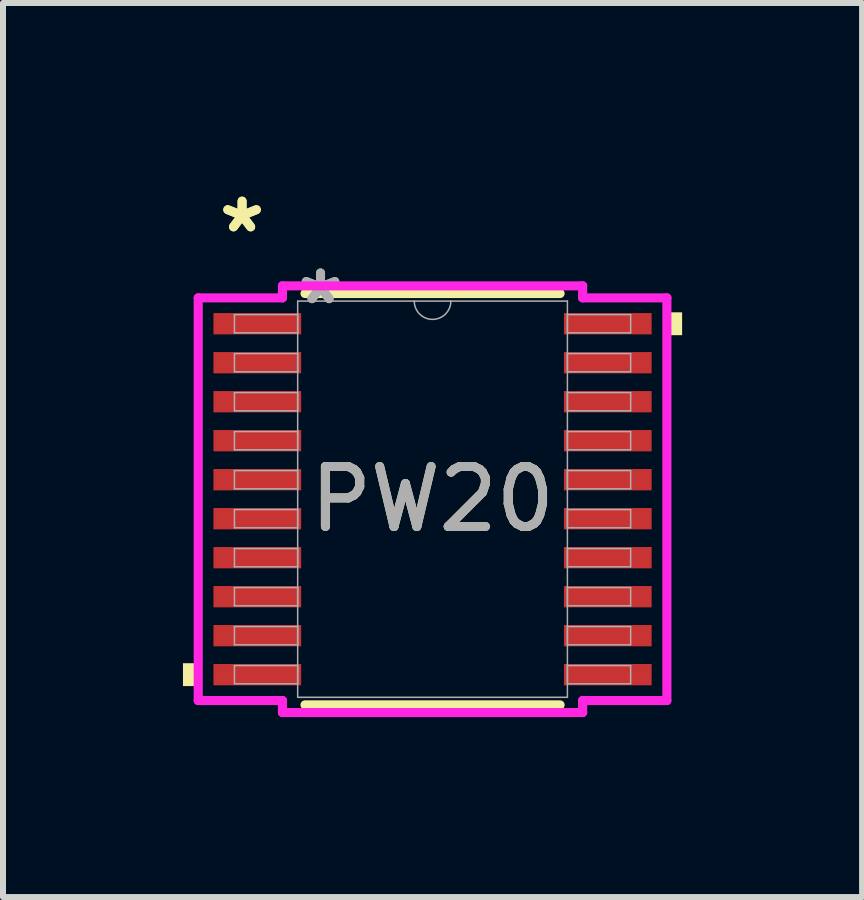
<source format=kicad_pcb>
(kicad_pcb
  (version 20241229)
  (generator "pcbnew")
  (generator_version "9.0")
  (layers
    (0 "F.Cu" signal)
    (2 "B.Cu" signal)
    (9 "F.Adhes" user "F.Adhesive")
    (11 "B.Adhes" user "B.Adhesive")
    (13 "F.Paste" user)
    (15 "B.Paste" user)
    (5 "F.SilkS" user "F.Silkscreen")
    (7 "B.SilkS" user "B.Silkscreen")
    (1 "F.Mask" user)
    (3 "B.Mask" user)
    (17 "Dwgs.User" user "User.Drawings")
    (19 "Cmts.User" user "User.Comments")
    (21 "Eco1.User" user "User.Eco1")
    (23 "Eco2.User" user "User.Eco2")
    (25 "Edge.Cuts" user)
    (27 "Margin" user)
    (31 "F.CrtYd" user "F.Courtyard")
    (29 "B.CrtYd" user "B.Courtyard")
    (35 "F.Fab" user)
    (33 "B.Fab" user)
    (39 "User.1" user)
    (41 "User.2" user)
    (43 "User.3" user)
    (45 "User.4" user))
  (footprint "PW20"
    (layer "F.Cu")
    (at 4.16 5.271)
    (property "Reference" "PW20" (at 0 0 0) (unlocked yes) (layer "F.SilkS") (effects (font (size 1 1) (thickness 0.15))))
    (attr smd)
    (fp_line (start -2.126 3.429) (end 2.126 3.429) (stroke (width 0.152) (type solid)) (layer "F.SilkS"))
    (fp_line (start 2.126 -3.429) (end -2.126 -3.429) (stroke (width 0.152) (type solid)) (layer "F.SilkS"))
    (fp_poly (pts (xy -4.16 2.734) (xy -4.16 3.115) (xy -3.906 3.115) (xy -3.906 2.734)) (stroke (width 0) (type solid)) (fill yes) (layer "F.SilkS"))
    (fp_poly (pts (xy 4.16 -3.115) (xy 4.16 -2.734) (xy 3.906 -2.734) (xy 3.906 -3.115)) (stroke (width 0) (type solid)) (fill yes) (layer "F.SilkS"))
    (fp_line (start -3.906 -3.356) (end -2.502 -3.356) (stroke (width 0.152) (type solid)) (layer "F.CrtYd"))
    (fp_line (start -3.906 3.356) (end -3.906 -3.356) (stroke (width 0.152) (type solid)) (layer "F.CrtYd"))
    (fp_line (start -3.906 3.356) (end -2.502 3.356) (stroke (width 0.152) (type solid)) (layer "F.CrtYd"))
    (fp_line (start -2.502 -3.556) (end 2.502 -3.556) (stroke (width 0.152) (type solid)) (layer "F.CrtYd"))
    (fp_line (start -2.502 -3.356) (end -2.502 -3.556) (stroke (width 0.152) (type solid)) (layer "F.CrtYd"))
    (fp_line (start -2.502 3.556) (end -2.502 3.356) (stroke (width 0.152) (type solid)) (layer "F.CrtYd"))
    (fp_line (start 2.502 -3.556) (end 2.502 -3.356) (stroke (width 0.152) (type solid)) (layer "F.CrtYd"))
    (fp_line (start 2.502 3.356) (end 2.502 3.556) (stroke (width 0.152) (type solid)) (layer "F.CrtYd"))
    (fp_line (start 2.502 3.556) (end -2.502 3.556) (stroke (width 0.152) (type solid)) (layer "F.CrtYd"))
    (fp_line (start 3.906 -3.356) (end 2.502 -3.356) (stroke (width 0.152) (type solid)) (layer "F.CrtYd"))
    (fp_line (start 3.906 -3.356) (end 3.906 3.356) (stroke (width 0.152) (type solid)) (layer "F.CrtYd"))
    (fp_line (start 3.906 3.356) (end 2.502 3.356) (stroke (width 0.152) (type solid)) (layer "F.CrtYd"))
    (fp_line (start -3.302 -3.077) (end -3.302 -2.773) (stroke (width 0.025) (type solid)) (layer "F.Fab"))
    (fp_line (start -3.302 -2.773) (end -2.248 -2.773) (stroke (width 0.025) (type solid)) (layer "F.Fab"))
    (fp_line (start -3.302 -2.427) (end -3.302 -2.123) (stroke (width 0.025) (type solid)) (layer "F.Fab"))
    (fp_line (start -3.302 -2.123) (end -2.248 -2.123) (stroke (width 0.025) (type solid)) (layer "F.Fab"))
    (fp_line (start -3.302 -1.777) (end -3.302 -1.473) (stroke (width 0.025) (type solid)) (layer "F.Fab"))
    (fp_line (start -3.302 -1.473) (end -2.248 -1.473) (stroke (width 0.025) (type solid)) (layer "F.Fab"))
    (fp_line (start -3.302 -1.127) (end -3.302 -0.823) (stroke (width 0.025) (type solid)) (layer "F.Fab"))
    (fp_line (start -3.302 -0.823) (end -2.248 -0.823) (stroke (width 0.025) (type solid)) (layer "F.Fab"))
    (fp_line (start -3.302 -0.477) (end -3.302 -0.173) (stroke (width 0.025) (type solid)) (layer "F.Fab"))
    (fp_line (start -3.302 -0.173) (end -2.248 -0.173) (stroke (width 0.025) (type solid)) (layer "F.Fab"))
    (fp_line (start -3.302 0.173) (end -3.302 0.477) (stroke (width 0.025) (type solid)) (layer "F.Fab"))
    (fp_line (start -3.302 0.477) (end -2.248 0.477) (stroke (width 0.025) (type solid)) (layer "F.Fab"))
    (fp_line (start -3.302 0.823) (end -3.302 1.127) (stroke (width 0.025) (type solid)) (layer "F.Fab"))
    (fp_line (start -3.302 1.127) (end -2.248 1.127) (stroke (width 0.025) (type solid)) (layer "F.Fab"))
    (fp_line (start -3.302 1.473) (end -3.302 1.777) (stroke (width 0.025) (type solid)) (layer "F.Fab"))
    (fp_line (start -3.302 1.777) (end -2.248 1.777) (stroke (width 0.025) (type solid)) (layer "F.Fab"))
    (fp_line (start -3.302 2.123) (end -3.302 2.427) (stroke (width 0.025) (type solid)) (layer "F.Fab"))
    (fp_line (start -3.302 2.427) (end -2.248 2.427) (stroke (width 0.025) (type solid)) (layer "F.Fab"))
    (fp_line (start -3.302 2.773) (end -3.302 3.077) (stroke (width 0.025) (type solid)) (layer "F.Fab"))
    (fp_line (start -3.302 3.077) (end -2.248 3.077) (stroke (width 0.025) (type solid)) (layer "F.Fab"))
    (fp_line (start -2.248 -3.302) (end -2.248 3.302) (stroke (width 0.025) (type solid)) (layer "F.Fab"))
    (fp_line (start -2.248 -3.077) (end -3.302 -3.077) (stroke (width 0.025) (type solid)) (layer "F.Fab"))
    (fp_line (start -2.248 -2.773) (end -2.248 -3.077) (stroke (width 0.025) (type solid)) (layer "F.Fab"))
    (fp_line (start -2.248 -2.427) (end -3.302 -2.427) (stroke (width 0.025) (type solid)) (layer "F.Fab"))
    (fp_line (start -2.248 -2.123) (end -2.248 -2.427) (stroke (width 0.025) (type solid)) (layer "F.Fab"))
    (fp_line (start -2.248 -1.777) (end -3.302 -1.777) (stroke (width 0.025) (type solid)) (layer "F.Fab"))
    (fp_line (start -2.248 -1.473) (end -2.248 -1.777) (stroke (width 0.025) (type solid)) (layer "F.Fab"))
    (fp_line (start -2.248 -1.127) (end -3.302 -1.127) (stroke (width 0.025) (type solid)) (layer "F.Fab"))
    (fp_line (start -2.248 -0.823) (end -2.248 -1.127) (stroke (width 0.025) (type solid)) (layer "F.Fab"))
    (fp_line (start -2.248 -0.477) (end -3.302 -0.477) (stroke (width 0.025) (type solid)) (layer "F.Fab"))
    (fp_line (start -2.248 -0.173) (end -2.248 -0.477) (stroke (width 0.025) (type solid)) (layer "F.Fab"))
    (fp_line (start -2.248 0.173) (end -3.302 0.173) (stroke (width 0.025) (type solid)) (layer "F.Fab"))
    (fp_line (start -2.248 0.477) (end -2.248 0.173) (stroke (width 0.025) (type solid)) (layer "F.Fab"))
    (fp_line (start -2.248 0.823) (end -3.302 0.823) (stroke (width 0.025) (type solid)) (layer "F.Fab"))
    (fp_line (start -2.248 1.127) (end -2.248 0.823) (stroke (width 0.025) (type solid)) (layer "F.Fab"))
    (fp_line (start -2.248 1.473) (end -3.302 1.473) (stroke (width 0.025) (type solid)) (layer "F.Fab"))
    (fp_line (start -2.248 1.777) (end -2.248 1.473) (stroke (width 0.025) (type solid)) (layer "F.Fab"))
    (fp_line (start -2.248 2.123) (end -3.302 2.123) (stroke (width 0.025) (type solid)) (layer "F.Fab"))
    (fp_line (start -2.248 2.427) (end -2.248 2.123) (stroke (width 0.025) (type solid)) (layer "F.Fab"))
    (fp_line (start -2.248 2.773) (end -3.302 2.773) (stroke (width 0.025) (type solid)) (layer "F.Fab"))
    (fp_line (start -2.248 3.077) (end -2.248 2.773) (stroke (width 0.025) (type solid)) (layer "F.Fab"))
    (fp_line (start -2.248 3.302) (end 2.248 3.302) (stroke (width 0.025) (type solid)) (layer "F.Fab"))
    (fp_line (start 2.248 -3.302) (end -2.248 -3.302) (stroke (width 0.025) (type solid)) (layer "F.Fab"))
    (fp_line (start 2.248 -3.077) (end 2.248 -2.773) (stroke (width 0.025) (type solid)) (layer "F.Fab"))
    (fp_line (start 2.248 -2.773) (end 3.302 -2.773) (stroke (width 0.025) (type solid)) (layer "F.Fab"))
    (fp_line (start 2.248 -2.427) (end 2.248 -2.123) (stroke (width 0.025) (type solid)) (layer "F.Fab"))
    (fp_line (start 2.248 -2.123) (end 3.302 -2.123) (stroke (width 0.025) (type solid)) (layer "F.Fab"))
    (fp_line (start 2.248 -1.777) (end 2.248 -1.473) (stroke (width 0.025) (type solid)) (layer "F.Fab"))
    (fp_line (start 2.248 -1.473) (end 3.302 -1.473) (stroke (width 0.025) (type solid)) (layer "F.Fab"))
    (fp_line (start 2.248 -1.127) (end 2.248 -0.823) (stroke (width 0.025) (type solid)) (layer "F.Fab"))
    (fp_line (start 2.248 -0.823) (end 3.302 -0.823) (stroke (width 0.025) (type solid)) (layer "F.Fab"))
    (fp_line (start 2.248 -0.477) (end 2.248 -0.173) (stroke (width 0.025) (type solid)) (layer "F.Fab"))
    (fp_line (start 2.248 -0.173) (end 3.302 -0.173) (stroke (width 0.025) (type solid)) (layer "F.Fab"))
    (fp_line (start 2.248 0.173) (end 2.248 0.477) (stroke (width 0.025) (type solid)) (layer "F.Fab"))
    (fp_line (start 2.248 0.477) (end 3.302 0.477) (stroke (width 0.025) (type solid)) (layer "F.Fab"))
    (fp_line (start 2.248 0.823) (end 2.248 1.127) (stroke (width 0.025) (type solid)) (layer "F.Fab"))
    (fp_line (start 2.248 1.127) (end 3.302 1.127) (stroke (width 0.025) (type solid)) (layer "F.Fab"))
    (fp_line (start 2.248 1.473) (end 2.248 1.777) (stroke (width 0.025) (type solid)) (layer "F.Fab"))
    (fp_line (start 2.248 1.777) (end 3.302 1.777) (stroke (width 0.025) (type solid)) (layer "F.Fab"))
    (fp_line (start 2.248 2.123) (end 2.248 2.427) (stroke (width 0.025) (type solid)) (layer "F.Fab"))
    (fp_line (start 2.248 2.427) (end 3.302 2.427) (stroke (width 0.025) (type solid)) (layer "F.Fab"))
    (fp_line (start 2.248 2.773) (end 2.248 3.077) (stroke (width 0.025) (type solid)) (layer "F.Fab"))
    (fp_line (start 2.248 3.077) (end 3.302 3.077) (stroke (width 0.025) (type solid)) (layer "F.Fab"))
    (fp_line (start 2.248 3.302) (end 2.248 -3.302) (stroke (width 0.025) (type solid)) (layer "F.Fab"))
    (fp_line (start 3.302 -3.077) (end 2.248 -3.077) (stroke (width 0.025) (type solid)) (layer "F.Fab"))
    (fp_line (start 3.302 -2.773) (end 3.302 -3.077) (stroke (width 0.025) (type solid)) (layer "F.Fab"))
    (fp_line (start 3.302 -2.427) (end 2.248 -2.427) (stroke (width 0.025) (type solid)) (layer "F.Fab"))
    (fp_line (start 3.302 -2.123) (end 3.302 -2.427) (stroke (width 0.025) (type solid)) (layer "F.Fab"))
    (fp_line (start 3.302 -1.777) (end 2.248 -1.777) (stroke (width 0.025) (type solid)) (layer "F.Fab"))
    (fp_line (start 3.302 -1.473) (end 3.302 -1.777) (stroke (width 0.025) (type solid)) (layer "F.Fab"))
    (fp_line (start 3.302 -1.127) (end 2.248 -1.127) (stroke (width 0.025) (type solid)) (layer "F.Fab"))
    (fp_line (start 3.302 -0.823) (end 3.302 -1.127) (stroke (width 0.025) (type solid)) (layer "F.Fab"))
    (fp_line (start 3.302 -0.477) (end 2.248 -0.477) (stroke (width 0.025) (type solid)) (layer "F.Fab"))
    (fp_line (start 3.302 -0.173) (end 3.302 -0.477) (stroke (width 0.025) (type solid)) (layer "F.Fab"))
    (fp_line (start 3.302 0.173) (end 2.248 0.173) (stroke (width 0.025) (type solid)) (layer "F.Fab"))
    (fp_line (start 3.302 0.477) (end 3.302 0.173) (stroke (width 0.025) (type solid)) (layer "F.Fab"))
    (fp_line (start 3.302 0.823) (end 2.248 0.823) (stroke (width 0.025) (type solid)) (layer "F.Fab"))
    (fp_line (start 3.302 1.127) (end 3.302 0.823) (stroke (width 0.025) (type solid)) (layer "F.Fab"))
    (fp_line (start 3.302 1.473) (end 2.248 1.473) (stroke (width 0.025) (type solid)) (layer "F.Fab"))
    (fp_line (start 3.302 1.777) (end 3.302 1.473) (stroke (width 0.025) (type solid)) (layer "F.Fab"))
    (fp_line (start 3.302 2.123) (end 2.248 2.123) (stroke (width 0.025) (type solid)) (layer "F.Fab"))
    (fp_line (start 3.302 2.427) (end 3.302 2.123) (stroke (width 0.025) (type solid)) (layer "F.Fab"))
    (fp_line (start 3.302 2.773) (end 2.248 2.773) (stroke (width 0.025) (type solid)) (layer "F.Fab"))
    (fp_line (start 3.302 3.077) (end 3.302 2.773) (stroke (width 0.025) (type solid)) (layer "F.Fab"))
    (fp_arc (start 0.3048 -3.302) (mid 0 -2.9972) (end -0.3048 -3.302) (stroke (width 0.0254) (type solid)) (layer "F.Fab"))
    (fp_text user "*" (at -3.175 -4.423 0) (layer "F.SilkS") (effects (font (size 1 1) (thickness 0.15))))
    (fp_text user "*" (at -3.175 -4.423 0) (unlocked yes) (layer "F.SilkS") (effects (font (size 1 1) (thickness 0.15))))
    (fp_text user "*" (at -1.867 -3.226 0) (unlocked yes) (layer "F.Fab") (effects (font (size 1 1) (thickness 0.15))))
    (fp_text user "*" (at -1.867 -3.226 0) (layer "F.Fab") (effects (font (size 1 1) (thickness 0.15))))
    (fp_text user "${REFERENCE}" (at 0 0 0) (unlocked yes) (layer "F.Fab") (effects (font (size 1 1) (thickness 0.15))))
    (pad "1" smd rect (at -2.921 -2.925) (size 1.462 0.355) (layers "F.Cu" "F.Mask" "F.Paste"))
    (pad "2" smd rect (at -2.921 -2.275) (size 1.462 0.355) (layers "F.Cu" "F.Mask" "F.Paste"))
    (pad "3" smd rect (at -2.921 -1.625) (size 1.462 0.355) (layers "F.Cu" "F.Mask" "F.Paste"))
    (pad "4" smd rect (at -2.921 -0.975) (size 1.462 0.355) (layers "F.Cu" "F.Mask" "F.Paste"))
    (pad "5" smd rect (at -2.921 -0.325) (size 1.462 0.355) (layers "F.Cu" "F.Mask" "F.Paste"))
    (pad "6" smd rect (at -2.921 0.325) (size 1.462 0.355) (layers "F.Cu" "F.Mask" "F.Paste"))
    (pad "7" smd rect (at -2.921 0.975) (size 1.462 0.355) (layers "F.Cu" "F.Mask" "F.Paste"))
    (pad "8" smd rect (at -2.921 1.625) (size 1.462 0.355) (layers "F.Cu" "F.Mask" "F.Paste"))
    (pad "9" smd rect (at -2.921 2.275) (size 1.462 0.355) (layers "F.Cu" "F.Mask" "F.Paste"))
    (pad "10" smd rect (at -2.921 2.925) (size 1.462 0.355) (layers "F.Cu" "F.Mask" "F.Paste"))
    (pad "11" smd rect (at 2.921 2.925) (size 1.462 0.355) (layers "F.Cu" "F.Mask" "F.Paste"))
    (pad "12" smd rect (at 2.921 2.275) (size 1.462 0.355) (layers "F.Cu" "F.Mask" "F.Paste"))
    (pad "13" smd rect (at 2.921 1.625) (size 1.462 0.355) (layers "F.Cu" "F.Mask" "F.Paste"))
    (pad "14" smd rect (at 2.921 0.975) (size 1.462 0.355) (layers "F.Cu" "F.Mask" "F.Paste"))
    (pad "15" smd rect (at 2.921 0.325) (size 1.462 0.355) (layers "F.Cu" "F.Mask" "F.Paste"))
    (pad "16" smd rect (at 2.921 -0.325) (size 1.462 0.355) (layers "F.Cu" "F.Mask" "F.Paste"))
    (pad "17" smd rect (at 2.921 -0.975) (size 1.462 0.355) (layers "F.Cu" "F.Mask" "F.Paste"))
    (pad "18" smd rect (at 2.921 -1.625) (size 1.462 0.355) (layers "F.Cu" "F.Mask" "F.Paste"))
    (pad "19" smd rect (at 2.921 -2.275) (size 1.462 0.355) (layers "F.Cu" "F.Mask" "F.Paste"))
    (pad "20" smd rect (at 2.921 -2.925) (size 1.462 0.355) (layers "F.Cu" "F.Mask" "F.Paste")))
  (gr_rect
    (start -3 -3)
    (end 11.32 11.903)
    (stroke (width 0.1) (type default))
    (fill no)
    (layer "Edge.Cuts")))
</source>
